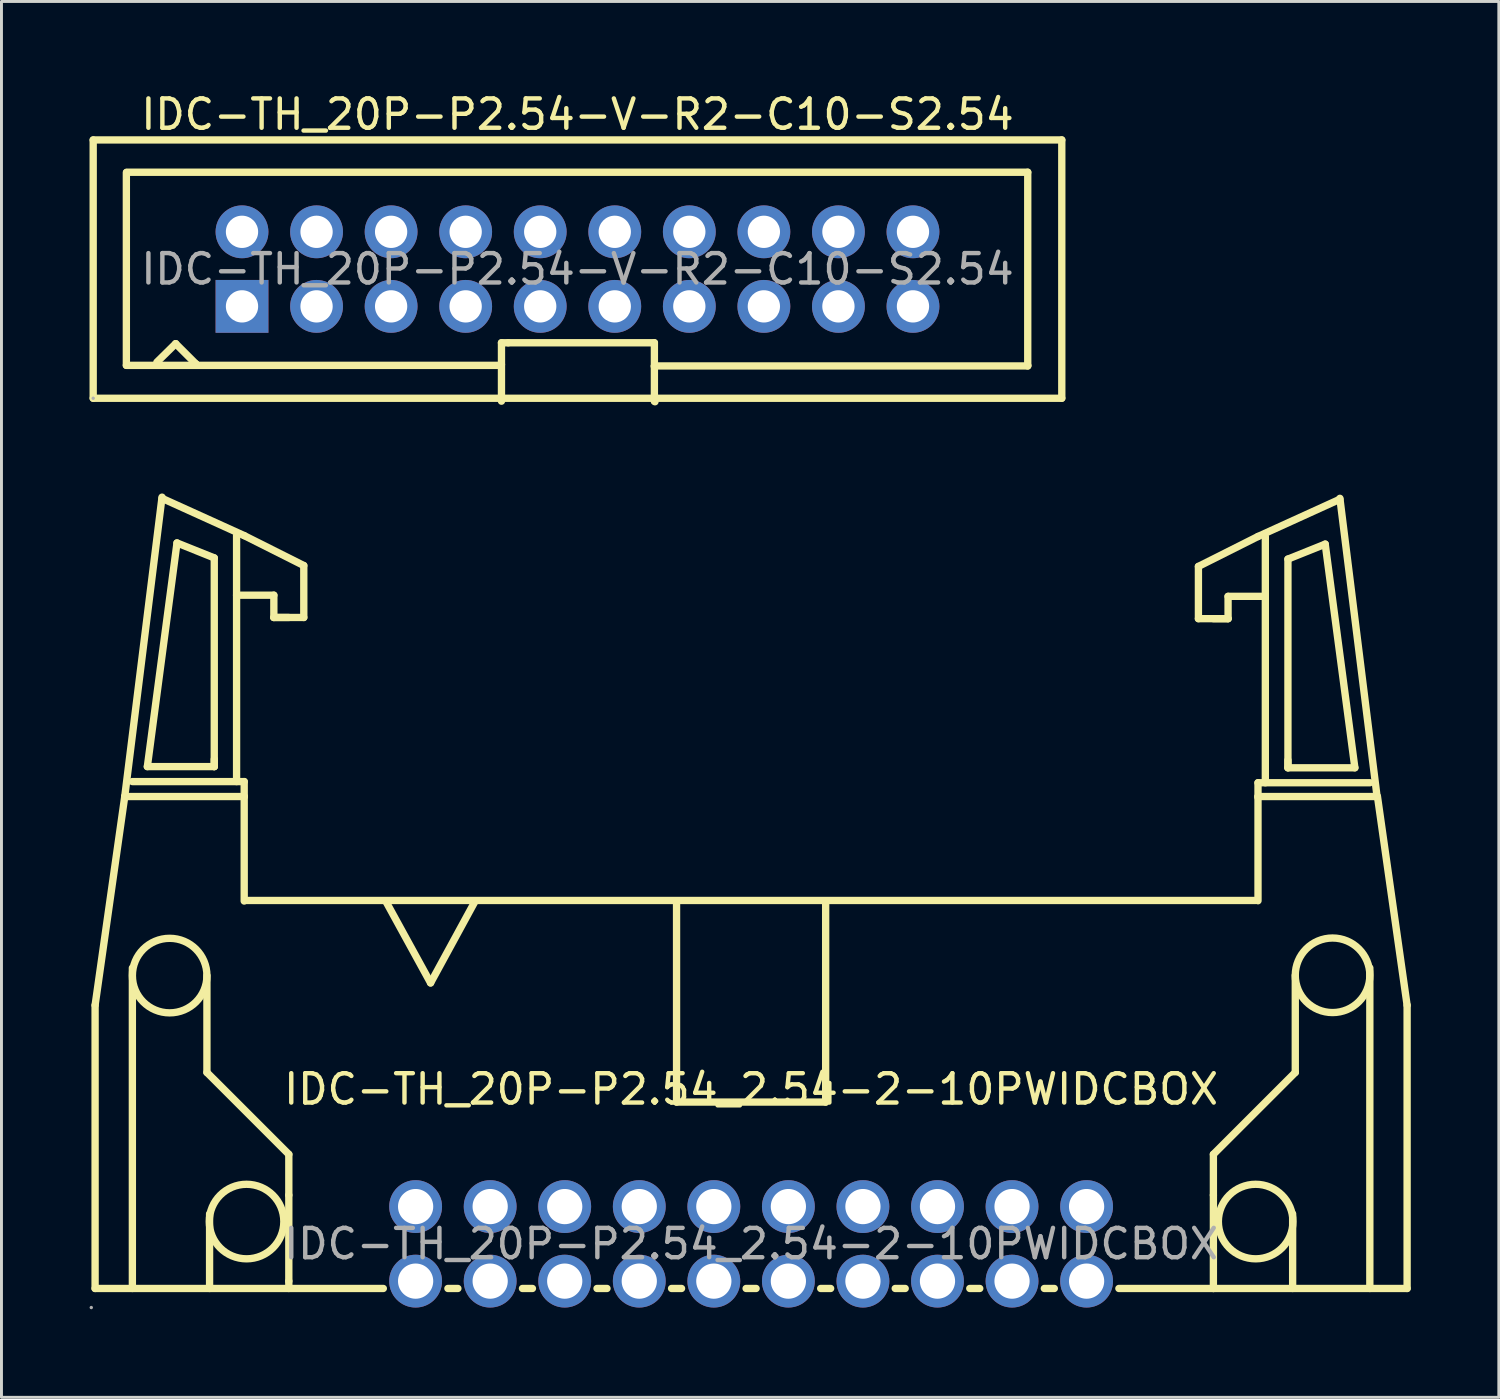
<source format=kicad_pcb>
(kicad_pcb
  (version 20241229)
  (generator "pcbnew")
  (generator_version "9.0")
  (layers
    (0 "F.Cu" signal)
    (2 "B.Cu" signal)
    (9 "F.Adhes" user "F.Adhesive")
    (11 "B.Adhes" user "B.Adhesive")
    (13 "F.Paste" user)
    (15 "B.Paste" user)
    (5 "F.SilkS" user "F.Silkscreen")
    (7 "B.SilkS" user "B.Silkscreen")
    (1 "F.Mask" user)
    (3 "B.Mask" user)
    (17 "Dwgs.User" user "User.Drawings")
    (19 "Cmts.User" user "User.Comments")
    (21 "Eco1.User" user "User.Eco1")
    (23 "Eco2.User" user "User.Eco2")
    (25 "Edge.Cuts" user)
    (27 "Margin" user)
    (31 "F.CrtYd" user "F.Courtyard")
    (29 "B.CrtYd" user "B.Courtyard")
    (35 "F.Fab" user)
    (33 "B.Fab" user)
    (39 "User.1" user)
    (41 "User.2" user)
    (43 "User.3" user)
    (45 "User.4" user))
  (footprint "IDC-TH_20P-P2.54_2.54-2-10PWIDCBOX"
    (layer "F.Cu")
    (at 22.54 39.328)
    (property "Reference" "IDC-TH_20P-P2.54_2.54-2-10PWIDCBOX" (at 0 -5.27 0) (layer "F.SilkS") (effects (font (size 1 1) (thickness 0.15))))
    (attr through_hole)
    (fp_line (start -22.35 -8.13) (end -22.35 1.52) (stroke (width 0.25) (type solid)) (layer "F.SilkS"))
    (fp_line (start -22.35 1.52) (end -12.53 1.52) (stroke (width 0.25) (type solid)) (layer "F.SilkS"))
    (fp_line (start -21.34 -15.24) (end -22.35 -8.13) (stroke (width 0.25) (type solid)) (layer "F.SilkS"))
    (fp_line (start -21.34 -15.24) (end -17.27 -15.24) (stroke (width 0.25) (type solid)) (layer "F.SilkS"))
    (fp_line (start -21.08 -9.4) (end -21.08 1.52) (stroke (width 0.25) (type solid)) (layer "F.SilkS"))
    (fp_line (start -20.57 -16.26) (end -18.29 -16.26) (stroke (width 0.25) (type solid)) (layer "F.SilkS"))
    (fp_line (start -20.07 -25.44) (end -21.34 -15.24) (stroke (width 0.25) (type solid)) (layer "F.SilkS"))
    (fp_line (start -20.07 -25.4) (end -17.27 -24.13) (stroke (width 0.25) (type solid)) (layer "F.SilkS"))
    (fp_line (start -19.56 -23.88) (end -20.57 -16.26) (stroke (width 0.25) (type solid)) (layer "F.SilkS"))
    (fp_line (start -18.54 -5.84) (end -18.54 -9.14) (stroke (width 0.25) (type solid)) (layer "F.SilkS"))
    (fp_line (start -18.45 -1.02) (end -18.45 1.52) (stroke (width 0.25) (type solid)) (layer "F.SilkS"))
    (fp_line (start -18.29 -23.37) (end -19.56 -23.88) (stroke (width 0.25) (type solid)) (layer "F.SilkS"))
    (fp_line (start -18.29 -16.26) (end -18.29 -23.37) (stroke (width 0.25) (type solid)) (layer "F.SilkS"))
    (fp_line (start -18.29 -16.26) (end -18.29 -16.51) (stroke (width 0.25) (type solid)) (layer "F.SilkS"))
    (fp_line (start -17.53 -15.75) (end -17.53 -24.13) (stroke (width 0.25) (type solid)) (layer "F.SilkS"))
    (fp_line (start -17.27 -24.13) (end -15.24 -23.11) (stroke (width 0.25) (type solid)) (layer "F.SilkS"))
    (fp_line (start -17.27 -15.75) (end -21.08 -15.75) (stroke (width 0.25) (type solid)) (layer "F.SilkS"))
    (fp_line (start -17.27 -15.24) (end -17.27 -15.75) (stroke (width 0.25) (type solid)) (layer "F.SilkS"))
    (fp_line (start -17.27 -15.24) (end -17.27 -11.68) (stroke (width 0.25) (type solid)) (layer "F.SilkS"))
    (fp_line (start -17.19 -11.7) (end 17.19 -11.7) (stroke (width 0.25) (type solid)) (layer "F.SilkS"))
    (fp_line (start -16.26 -22.1) (end -17.53 -22.1) (stroke (width 0.25) (type solid)) (layer "F.SilkS"))
    (fp_line (start -16.26 -21.34) (end -16.26 -22.1) (stroke (width 0.25) (type solid)) (layer "F.SilkS"))
    (fp_line (start -15.75 -21.34) (end -16.26 -21.34) (stroke (width 0.25) (type solid)) (layer "F.SilkS"))
    (fp_line (start -15.75 -3.05) (end -18.54 -5.84) (stroke (width 0.25) (type solid)) (layer "F.SilkS"))
    (fp_line (start -15.75 -1.66) (end -15.75 -3.05) (stroke (width 0.25) (type solid)) (layer "F.SilkS"))
    (fp_line (start -15.75 1.27) (end -15.75 -1.66) (stroke (width 0.25) (type solid)) (layer "F.SilkS"))
    (fp_line (start -15.75 1.52) (end -15.75 1.27) (stroke (width 0.25) (type solid)) (layer "F.SilkS"))
    (fp_line (start -15.24 -23.11) (end -15.24 -21.34) (stroke (width 0.25) (type solid)) (layer "F.SilkS"))
    (fp_line (start -15.24 -21.34) (end -16.26 -21.34) (stroke (width 0.25) (type solid)) (layer "F.SilkS"))
    (fp_line (start -12.45 -11.68) (end -10.92 -8.89) (stroke (width 0.25) (type solid)) (layer "F.SilkS"))
    (fp_line (start -10.92 -8.89) (end -9.4 -11.68) (stroke (width 0.25) (type solid)) (layer "F.SilkS"))
    (fp_line (start -10.33 1.52) (end -9.99 1.52) (stroke (width 0.25) (type solid)) (layer "F.SilkS"))
    (fp_line (start -7.79 1.52) (end -7.45 1.52) (stroke (width 0.25) (type solid)) (layer "F.SilkS"))
    (fp_line (start -5.25 1.52) (end -4.91 1.52) (stroke (width 0.25) (type solid)) (layer "F.SilkS"))
    (fp_line (start -2.71 1.52) (end -2.37 1.52) (stroke (width 0.25) (type solid)) (layer "F.SilkS"))
    (fp_line (start -2.54 -11.68) (end -2.54 -11.68) (stroke (width 0.25) (type solid)) (layer "F.SilkS"))
    (fp_line (start -2.54 -11.68) (end -2.54 -4.83) (stroke (width 0.25) (type solid)) (layer "F.SilkS"))
    (fp_line (start -2.54 -4.83) (end 2.54 -4.83) (stroke (width 0.25) (type solid)) (layer "F.SilkS"))
    (fp_line (start -0.17 1.52) (end 0.17 1.52) (stroke (width 0.25) (type solid)) (layer "F.SilkS"))
    (fp_line (start 2.37 1.52) (end 2.71 1.52) (stroke (width 0.25) (type solid)) (layer "F.SilkS"))
    (fp_line (start 2.54 -4.83) (end 2.54 -11.68) (stroke (width 0.25) (type solid)) (layer "F.SilkS"))
    (fp_line (start 4.91 1.52) (end 5.25 1.52) (stroke (width 0.25) (type solid)) (layer "F.SilkS"))
    (fp_line (start 7.45 1.52) (end 7.79 1.52) (stroke (width 0.25) (type solid)) (layer "F.SilkS"))
    (fp_line (start 9.99 1.52) (end 10.33 1.52) (stroke (width 0.25) (type solid)) (layer "F.SilkS"))
    (fp_line (start 12.53 1.52) (end 22.35 1.52) (stroke (width 0.25) (type solid)) (layer "F.SilkS"))
    (fp_line (start 15.24 -23.08) (end 15.24 -21.3) (stroke (width 0.25) (type solid)) (layer "F.SilkS"))
    (fp_line (start 15.24 -21.3) (end 16.25 -21.3) (stroke (width 0.25) (type solid)) (layer "F.SilkS"))
    (fp_line (start 15.75 -21.3) (end 16.25 -21.3) (stroke (width 0.25) (type solid)) (layer "F.SilkS"))
    (fp_line (start 15.75 -3.05) (end 18.54 -5.84) (stroke (width 0.25) (type solid)) (layer "F.SilkS"))
    (fp_line (start 15.75 -1.66) (end 15.75 -3.05) (stroke (width 0.25) (type solid)) (layer "F.SilkS"))
    (fp_line (start 15.75 1.52) (end 15.75 -1.66) (stroke (width 0.25) (type solid)) (layer "F.SilkS"))
    (fp_line (start 15.75 1.52) (end 15.75 1.52) (stroke (width 0.25) (type solid)) (layer "F.SilkS"))
    (fp_line (start 16.25 -22.06) (end 17.52 -22.06) (stroke (width 0.25) (type solid)) (layer "F.SilkS"))
    (fp_line (start 16.25 -21.3) (end 16.25 -22.06) (stroke (width 0.25) (type solid)) (layer "F.SilkS"))
    (fp_line (start 17.27 -24.1) (end 15.24 -23.08) (stroke (width 0.25) (type solid)) (layer "F.SilkS"))
    (fp_line (start 17.27 -15.71) (end 21.08 -15.71) (stroke (width 0.25) (type solid)) (layer "F.SilkS"))
    (fp_line (start 17.27 -15.24) (end 17.27 -11.69) (stroke (width 0.25) (type solid)) (layer "F.SilkS"))
    (fp_line (start 17.27 -15.21) (end 17.27 -15.71) (stroke (width 0.25) (type solid)) (layer "F.SilkS"))
    (fp_line (start 17.52 -15.71) (end 17.52 -24.1) (stroke (width 0.25) (type solid)) (layer "F.SilkS"))
    (fp_line (start 18.29 -23.33) (end 19.56 -23.84) (stroke (width 0.25) (type solid)) (layer "F.SilkS"))
    (fp_line (start 18.29 -16.22) (end 18.29 -23.33) (stroke (width 0.25) (type solid)) (layer "F.SilkS"))
    (fp_line (start 18.29 -16.22) (end 18.29 -16.48) (stroke (width 0.25) (type solid)) (layer "F.SilkS"))
    (fp_line (start 18.45 -1.02) (end 18.45 1.52) (stroke (width 0.25) (type solid)) (layer "F.SilkS"))
    (fp_line (start 18.54 -5.84) (end 18.54 -9.15) (stroke (width 0.25) (type solid)) (layer "F.SilkS"))
    (fp_line (start 19.56 -23.84) (end 20.57 -16.22) (stroke (width 0.25) (type solid)) (layer "F.SilkS"))
    (fp_line (start 20.06 -25.4) (end 21.33 -15.21) (stroke (width 0.25) (type solid)) (layer "F.SilkS"))
    (fp_line (start 20.06 -25.37) (end 17.27 -24.1) (stroke (width 0.25) (type solid)) (layer "F.SilkS"))
    (fp_line (start 20.57 -16.22) (end 18.29 -16.22) (stroke (width 0.25) (type solid)) (layer "F.SilkS"))
    (fp_line (start 21.08 -9.4) (end 21.08 1.52) (stroke (width 0.25) (type solid)) (layer "F.SilkS"))
    (fp_line (start 21.33 -15.24) (end 17.27 -15.24) (stroke (width 0.25) (type solid)) (layer "F.SilkS"))
    (fp_line (start 21.34 -15.24) (end 22.35 -8.13) (stroke (width 0.25) (type solid)) (layer "F.SilkS"))
    (fp_line (start 22.35 -8.13) (end 22.35 1.52) (stroke (width 0.25) (type solid)) (layer "F.SilkS"))
    (fp_circle (center -19.81 -9.14) (end -18.54 -9.14) (stroke (width 0.25) (type solid)) (fill no) (layer "F.SilkS"))
    (fp_circle (center -17.19 -0.76) (end -15.92 -0.76) (stroke (width 0.25) (type solid)) (fill no) (layer "F.SilkS"))
    (fp_circle (center 17.19 -0.76) (end 18.46 -0.76) (stroke (width 0.25) (type solid)) (fill no) (layer "F.SilkS"))
    (fp_circle (center 19.81 -9.15) (end 21.08 -9.15) (stroke (width 0.25) (type solid)) (fill no) (layer "F.SilkS"))
    (fp_circle (center -22.48 2.17) (end -22.45 2.17) (stroke (width 0.06) (type solid)) (fill no) (layer "F.Fab"))
    (fp_circle (center -11.43 -1.27) (end -11.18 -1.27) (stroke (width 0.5) (type solid)) (fill no) (layer "F.Fab"))
    (fp_circle (center -11.43 1.27) (end -11.18 1.27) (stroke (width 0.5) (type solid)) (fill no) (layer "F.Fab"))
    (fp_circle (center -8.89 -1.27) (end -8.64 -1.27) (stroke (width 0.5) (type solid)) (fill no) (layer "F.Fab"))
    (fp_circle (center -8.89 1.27) (end -8.64 1.27) (stroke (width 0.5) (type solid)) (fill no) (layer "F.Fab"))
    (fp_circle (center -6.35 -1.27) (end -6.1 -1.27) (stroke (width 0.5) (type solid)) (fill no) (layer "F.Fab"))
    (fp_circle (center -6.35 1.27) (end -6.1 1.27) (stroke (width 0.5) (type solid)) (fill no) (layer "F.Fab"))
    (fp_circle (center -3.81 -1.27) (end -3.56 -1.27) (stroke (width 0.5) (type solid)) (fill no) (layer "F.Fab"))
    (fp_circle (center -3.81 1.27) (end -3.56 1.27) (stroke (width 0.5) (type solid)) (fill no) (layer "F.Fab"))
    (fp_circle (center -1.27 -1.27) (end -1.02 -1.27) (stroke (width 0.5) (type solid)) (fill no) (layer "F.Fab"))
    (fp_circle (center -1.27 1.27) (end -1.02 1.27) (stroke (width 0.5) (type solid)) (fill no) (layer "F.Fab"))
    (fp_circle (center 1.27 -1.27) (end 1.52 -1.27) (stroke (width 0.5) (type solid)) (fill no) (layer "F.Fab"))
    (fp_circle (center 1.27 1.27) (end 1.52 1.27) (stroke (width 0.5) (type solid)) (fill no) (layer "F.Fab"))
    (fp_circle (center 3.81 -1.27) (end 4.06 -1.27) (stroke (width 0.5) (type solid)) (fill no) (layer "F.Fab"))
    (fp_circle (center 3.81 1.27) (end 4.06 1.27) (stroke (width 0.5) (type solid)) (fill no) (layer "F.Fab"))
    (fp_circle (center 6.35 -1.27) (end 6.6 -1.27) (stroke (width 0.5) (type solid)) (fill no) (layer "F.Fab"))
    (fp_circle (center 6.35 1.27) (end 6.6 1.27) (stroke (width 0.5) (type solid)) (fill no) (layer "F.Fab"))
    (fp_circle (center 8.89 -1.27) (end 9.14 -1.27) (stroke (width 0.5) (type solid)) (fill no) (layer "F.Fab"))
    (fp_circle (center 8.89 1.27) (end 9.14 1.27) (stroke (width 0.5) (type solid)) (fill no) (layer "F.Fab"))
    (fp_circle (center 11.43 -1.27) (end 11.68 -1.27) (stroke (width 0.5) (type solid)) (fill no) (layer "F.Fab"))
    (fp_circle (center 11.43 1.27) (end 11.68 1.27) (stroke (width 0.5) (type solid)) (fill no) (layer "F.Fab"))
    (fp_text user "${REFERENCE}" (at 0 0 0) (layer "F.Fab") (effects (font (size 1 1) (thickness 0.15))))
    (pad "1" thru_hole circle (at -11.43 1.27) (size 1.8 1.8) (drill 1.2) (layers "*.Cu" "*.Paste" "*.Mask"))
    (pad "2" thru_hole circle (at -11.43 -1.27) (size 1.8 1.8) (drill 1.2) (layers "*.Cu" "*.Paste" "*.Mask"))
    (pad "3" thru_hole circle (at -8.89 1.27) (size 1.8 1.8) (drill 1.2) (layers "*.Cu" "*.Paste" "*.Mask"))
    (pad "4" thru_hole circle (at -8.89 -1.27) (size 1.8 1.8) (drill 1.2) (layers "*.Cu" "*.Paste" "*.Mask"))
    (pad "5" thru_hole circle (at -6.35 1.27) (size 1.8 1.8) (drill 1.2) (layers "*.Cu" "*.Paste" "*.Mask"))
    (pad "6" thru_hole circle (at -6.35 -1.27) (size 1.8 1.8) (drill 1.2) (layers "*.Cu" "*.Paste" "*.Mask"))
    (pad "7" thru_hole circle (at -3.81 1.27) (size 1.8 1.8) (drill 1.2) (layers "*.Cu" "*.Paste" "*.Mask"))
    (pad "8" thru_hole circle (at -3.81 -1.27) (size 1.8 1.8) (drill 1.2) (layers "*.Cu" "*.Paste" "*.Mask"))
    (pad "9" thru_hole circle (at -1.27 1.27) (size 1.8 1.8) (drill 1.2) (layers "*.Cu" "*.Paste" "*.Mask"))
    (pad "10" thru_hole circle (at -1.27 -1.27) (size 1.8 1.8) (drill 1.2) (layers "*.Cu" "*.Paste" "*.Mask"))
    (pad "11" thru_hole circle (at 1.27 1.27) (size 1.8 1.8) (drill 1.2) (layers "*.Cu" "*.Paste" "*.Mask"))
    (pad "12" thru_hole circle (at 1.27 -1.27) (size 1.8 1.8) (drill 1.2) (layers "*.Cu" "*.Paste" "*.Mask"))
    (pad "13" thru_hole circle (at 3.81 1.27) (size 1.8 1.8) (drill 1.2) (layers "*.Cu" "*.Paste" "*.Mask"))
    (pad "14" thru_hole circle (at 3.81 -1.27) (size 1.8 1.8) (drill 1.2) (layers "*.Cu" "*.Paste" "*.Mask"))
    (pad "15" thru_hole circle (at 6.35 1.27) (size 1.8 1.8) (drill 1.2) (layers "*.Cu" "*.Paste" "*.Mask"))
    (pad "16" thru_hole circle (at 6.35 -1.27) (size 1.8 1.8) (drill 1.2) (layers "*.Cu" "*.Paste" "*.Mask"))
    (pad "17" thru_hole circle (at 8.89 1.27) (size 1.8 1.8) (drill 1.2) (layers "*.Cu" "*.Paste" "*.Mask"))
    (pad "18" thru_hole circle (at 8.89 -1.27) (size 1.8 1.8) (drill 1.2) (layers "*.Cu" "*.Paste" "*.Mask"))
    (pad "19" thru_hole circle (at 11.43 1.27) (size 1.8 1.8) (drill 1.2) (layers "*.Cu" "*.Paste" "*.Mask"))
    (pad "20" thru_hole circle (at 11.43 -1.27) (size 1.8 1.8) (drill 1.2) (layers "*.Cu" "*.Paste" "*.Mask")))
  (footprint "IDC-TH_20P-P2.54-V-R2-C10-S2.54"
    (layer "F.Cu")
    (at 16.625 6.118)
    (property "Reference" "IDC-TH_20P-P2.54-V-R2-C10-S2.54" (at 0 -5.27 0) (layer "F.SilkS") (effects (font (size 1 1) (thickness 0.15))))
    (attr through_hole)
    (fp_line (start -16.5 -4.4) (end 16.5 -4.4) (stroke (width 0.25) (type solid)) (layer "F.SilkS"))
    (fp_line (start -16.5 4.4) (end -16.5 -4.4) (stroke (width 0.25) (type solid)) (layer "F.SilkS"))
    (fp_line (start -15.37 3.28) (end -15.37 -3.29) (stroke (width 0.25) (type solid)) (layer "F.SilkS"))
    (fp_line (start -15.37 3.28) (end -2.62 3.28) (stroke (width 0.25) (type solid)) (layer "F.SilkS"))
    (fp_line (start -15.36 -3.3) (end 15.34 -3.3) (stroke (width 0.25) (type solid)) (layer "F.SilkS"))
    (fp_line (start -14.33 3.17) (end -13.69 2.54) (stroke (width 0.25) (type solid)) (layer "F.SilkS"))
    (fp_line (start -13.69 2.54) (end -13 3.23) (stroke (width 0.25) (type solid)) (layer "F.SilkS"))
    (fp_line (start -13 3.23) (end -13 3.25) (stroke (width 0.25) (type solid)) (layer "F.SilkS"))
    (fp_line (start -2.62 3.28) (end -2.59 3.25) (stroke (width 0.25) (type solid)) (layer "F.SilkS"))
    (fp_line (start -2.59 2.51) (end -2.59 4.5) (stroke (width 0.25) (type solid)) (layer "F.SilkS"))
    (fp_line (start -2.59 2.51) (end -2.36 2.51) (stroke (width 0.25) (type solid)) (layer "F.SilkS"))
    (fp_line (start -2.36 2.51) (end 2.62 2.51) (stroke (width 0.25) (type solid)) (layer "F.SilkS"))
    (fp_line (start 2.62 2.51) (end 2.62 4.5) (stroke (width 0.25) (type solid)) (layer "F.SilkS"))
    (fp_line (start 2.62 3.3) (end 15.34 3.3) (stroke (width 0.25) (type solid)) (layer "F.SilkS"))
    (fp_line (start 2.62 3.33) (end 2.62 3.3) (stroke (width 0.25) (type solid)) (layer "F.SilkS"))
    (fp_line (start 2.62 4.5) (end 2.64 4.52) (stroke (width 0.25) (type solid)) (layer "F.SilkS"))
    (fp_line (start 15.34 -3.3) (end 15.34 3.27) (stroke (width 0.25) (type solid)) (layer "F.SilkS"))
    (fp_line (start 15.34 3.3) (end 15.34 3.28) (stroke (width 0.25) (type solid)) (layer "F.SilkS"))
    (fp_line (start 16.5 -4.4) (end 16.5 4.4) (stroke (width 0.25) (type solid)) (layer "F.SilkS"))
    (fp_line (start 16.5 4.4) (end -16.5 4.4) (stroke (width 0.25) (type solid)) (layer "F.SilkS"))
    (fp_circle (center -16.5 4.4) (end -16.47 4.4) (stroke (width 0.06) (type solid)) (fill no) (layer "F.Fab"))
    (fp_text user "${REFERENCE}" (at 0 0 0) (layer "F.Fab") (effects (font (size 1 1) (thickness 0.15))))
    (pad "1" thru_hole rect (at -11.43 1.27) (size 1.8 1.8) (drill 1.1) (layers "*.Cu" "*.Paste" "*.Mask"))
    (pad "2" thru_hole circle (at -11.43 -1.27) (size 1.8 1.8) (drill 1.1) (layers "*.Cu" "*.Paste" "*.Mask"))
    (pad "3" thru_hole circle (at -8.89 1.27) (size 1.8 1.8) (drill 1.1) (layers "*.Cu" "*.Paste" "*.Mask"))
    (pad "4" thru_hole circle (at -8.89 -1.27) (size 1.8 1.8) (drill 1.1) (layers "*.Cu" "*.Paste" "*.Mask"))
    (pad "5" thru_hole circle (at -6.35 1.27) (size 1.8 1.8) (drill 1.1) (layers "*.Cu" "*.Paste" "*.Mask"))
    (pad "6" thru_hole circle (at -6.35 -1.27) (size 1.8 1.8) (drill 1.1) (layers "*.Cu" "*.Paste" "*.Mask"))
    (pad "7" thru_hole circle (at -3.81 1.27) (size 1.8 1.8) (drill 1.1) (layers "*.Cu" "*.Paste" "*.Mask"))
    (pad "8" thru_hole circle (at -3.81 -1.27) (size 1.8 1.8) (drill 1.1) (layers "*.Cu" "*.Paste" "*.Mask"))
    (pad "9" thru_hole circle (at -1.27 1.27) (size 1.8 1.8) (drill 1.1) (layers "*.Cu" "*.Paste" "*.Mask"))
    (pad "10" thru_hole circle (at -1.27 -1.27) (size 1.8 1.8) (drill 1.1) (layers "*.Cu" "*.Paste" "*.Mask"))
    (pad "11" thru_hole circle (at 1.27 1.27) (size 1.8 1.8) (drill 1.1) (layers "*.Cu" "*.Paste" "*.Mask"))
    (pad "12" thru_hole circle (at 1.27 -1.27) (size 1.8 1.8) (drill 1.1) (layers "*.Cu" "*.Paste" "*.Mask"))
    (pad "13" thru_hole circle (at 3.81 1.27) (size 1.8 1.8) (drill 1.1) (layers "*.Cu" "*.Paste" "*.Mask"))
    (pad "14" thru_hole circle (at 3.81 -1.27) (size 1.8 1.8) (drill 1.1) (layers "*.Cu" "*.Paste" "*.Mask"))
    (pad "15" thru_hole circle (at 6.35 1.27) (size 1.8 1.8) (drill 1.1) (layers "*.Cu" "*.Paste" "*.Mask"))
    (pad "16" thru_hole circle (at 6.35 -1.27) (size 1.8 1.8) (drill 1.1) (layers "*.Cu" "*.Paste" "*.Mask"))
    (pad "17" thru_hole circle (at 8.89 1.27) (size 1.8 1.8) (drill 1.1) (layers "*.Cu" "*.Paste" "*.Mask"))
    (pad "18" thru_hole circle (at 8.89 -1.27) (size 1.8 1.8) (drill 1.1) (layers "*.Cu" "*.Paste" "*.Mask"))
    (pad "19" thru_hole circle (at 11.43 1.27) (size 1.8 1.8) (drill 1.1) (layers "*.Cu" "*.Paste" "*.Mask"))
    (pad "20" thru_hole circle (at 11.43 -1.27) (size 1.8 1.8) (drill 1.1) (layers "*.Cu" "*.Paste" "*.Mask")))
  (gr_rect
    (start -3 -3)
    (end 48.015 44.558)
    (stroke (width 0.1) (type default))
    (fill no)
    (layer "Edge.Cuts")))
</source>
